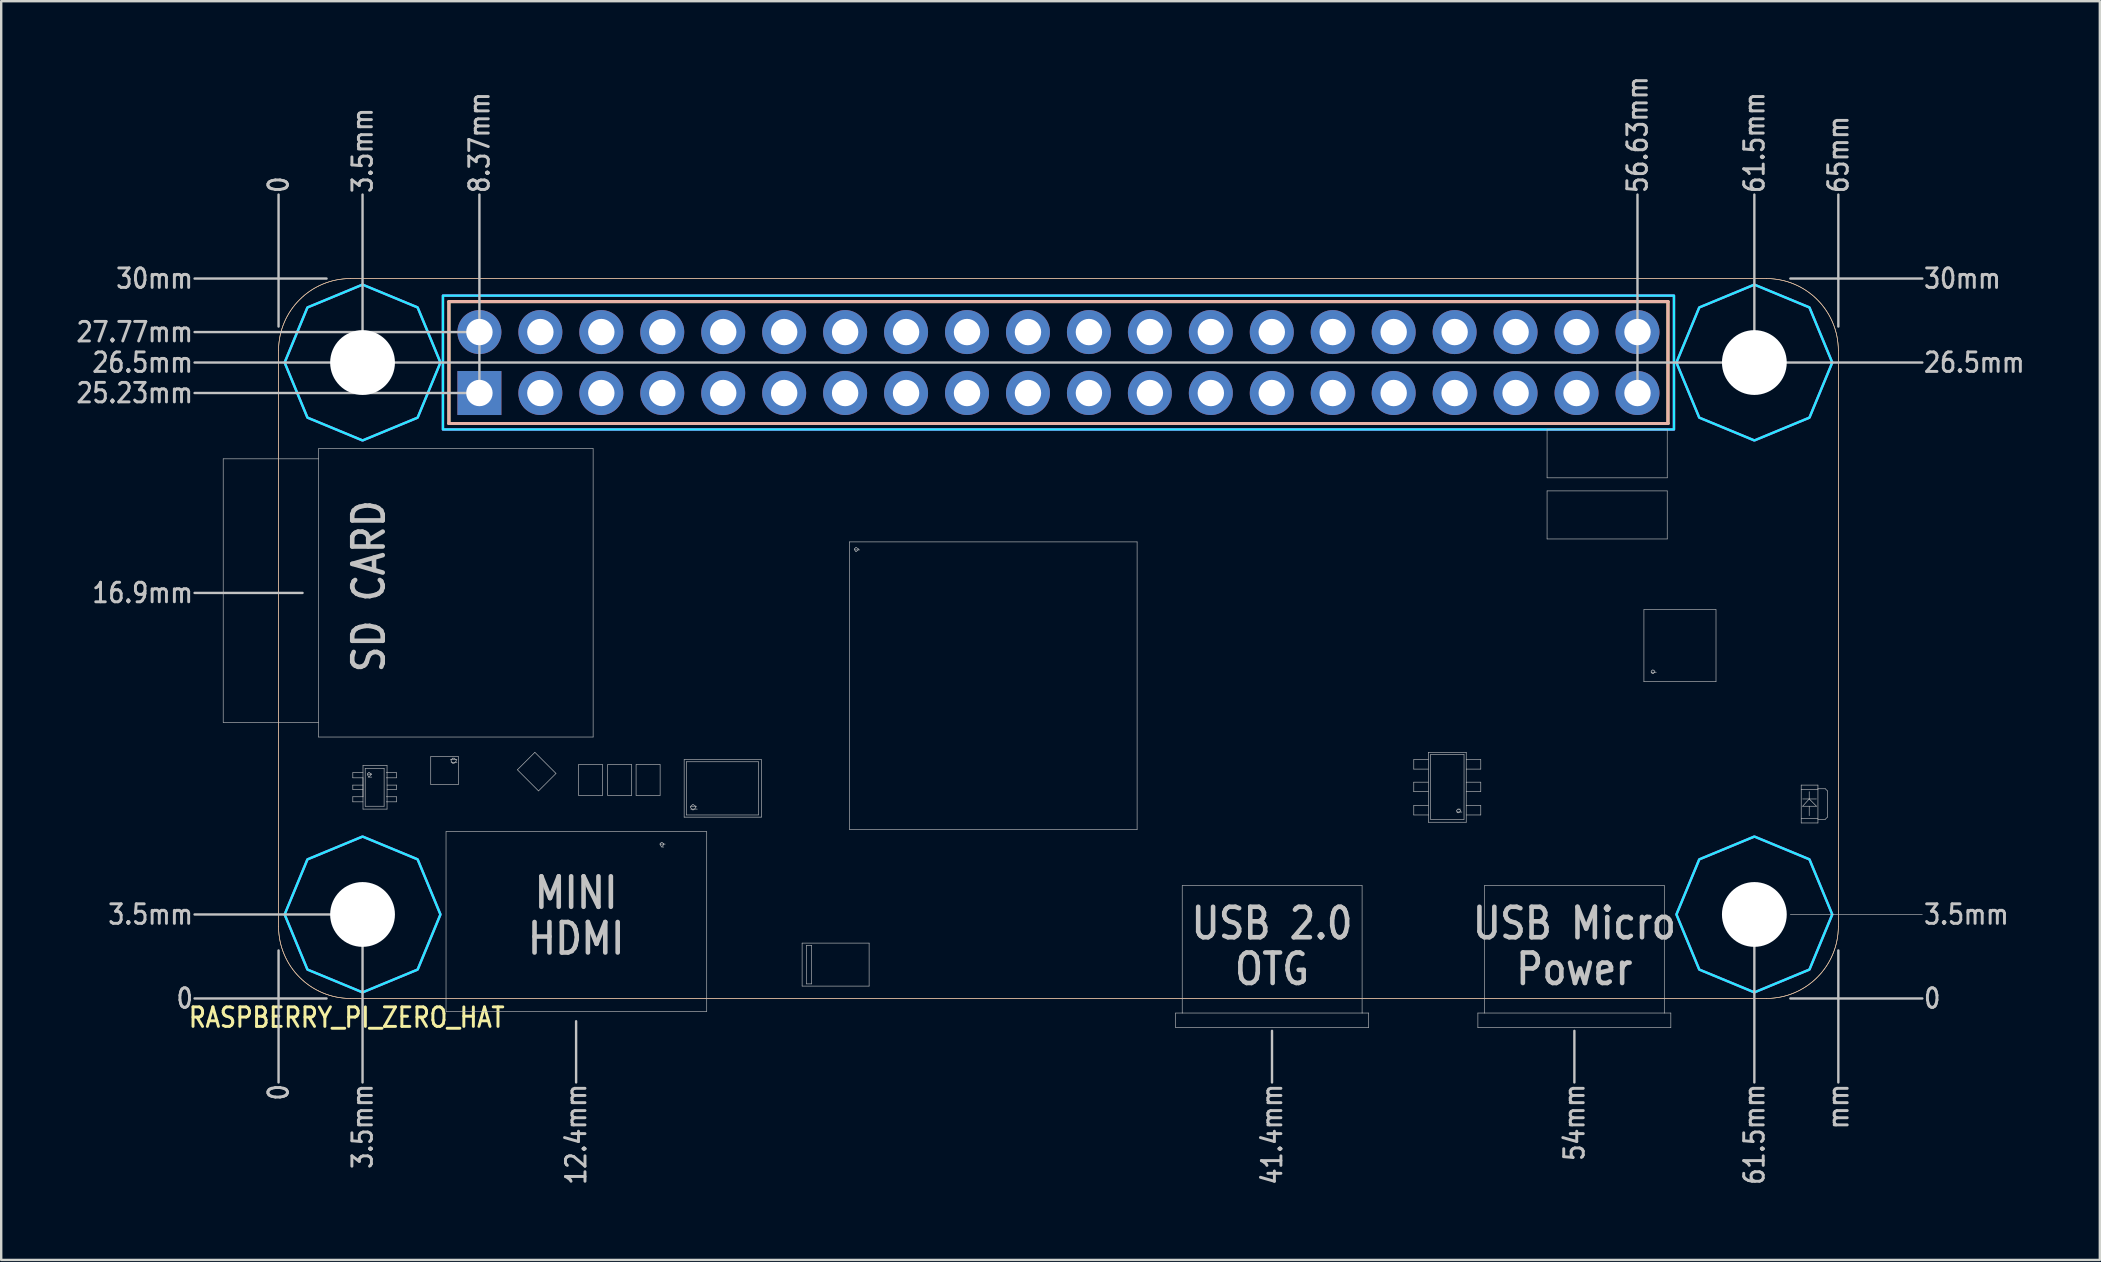
<source format=kicad_pcb>
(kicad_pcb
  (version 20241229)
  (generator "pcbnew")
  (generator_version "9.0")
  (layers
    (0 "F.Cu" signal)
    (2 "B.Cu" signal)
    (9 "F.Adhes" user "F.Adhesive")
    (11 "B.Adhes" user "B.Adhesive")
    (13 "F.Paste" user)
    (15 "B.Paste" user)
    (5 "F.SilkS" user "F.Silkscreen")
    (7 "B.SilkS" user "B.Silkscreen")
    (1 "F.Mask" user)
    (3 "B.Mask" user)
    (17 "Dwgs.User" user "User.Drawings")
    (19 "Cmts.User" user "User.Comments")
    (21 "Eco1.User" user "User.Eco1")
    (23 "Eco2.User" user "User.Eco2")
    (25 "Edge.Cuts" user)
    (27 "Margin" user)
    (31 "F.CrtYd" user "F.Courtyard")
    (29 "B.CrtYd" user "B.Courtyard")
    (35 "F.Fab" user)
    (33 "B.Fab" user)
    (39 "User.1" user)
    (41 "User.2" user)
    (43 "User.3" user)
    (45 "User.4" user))
  (footprint "RASPBERRY_PI_ZERO_HAT"
    (layer "F.Cu")
    (at 8.558 38.558)
    (property "Reference" "RASPBERRY_PI_ZERO_HAT" (at -3.81 1.27 0) (unlocked yes) (layer "F.SilkS") (effects (font (size 0.813 0.695) (thickness 0.122)) (justify left bottom)))
    (fp_circle (center 3.5 -26.5) (end 5.95 -26.5) (stroke (width 0) (type solid)) (fill yes) (layer "F.Mask"))
    (fp_circle (center 3.5 -26.5) (end 5.95 -26.5) (stroke (width 0) (type solid)) (fill yes) (layer "F.Mask"))
    (fp_circle (center 3.5 -3.5) (end 5.95 -3.5) (stroke (width 0) (type solid)) (fill yes) (layer "F.Mask"))
    (fp_circle (center 3.5 -3.5) (end 5.95 -3.5) (stroke (width 0) (type solid)) (fill yes) (layer "F.Mask"))
    (fp_circle (center 61.5 -26.5) (end 63.95 -26.5) (stroke (width 0) (type solid)) (fill yes) (layer "F.Mask"))
    (fp_circle (center 61.5 -26.5) (end 63.95 -26.5) (stroke (width 0) (type solid)) (fill yes) (layer "F.Mask"))
    (fp_circle (center 61.5 -3.5) (end 63.95 -3.5) (stroke (width 0) (type solid)) (fill yes) (layer "F.Mask"))
    (fp_circle (center 61.5 -3.5) (end 63.95 -3.5) (stroke (width 0) (type solid)) (fill yes) (layer "F.Mask"))
    (fp_circle (center 3.5 -26.5) (end 5.95 -26.5) (stroke (width 0) (type solid)) (fill yes) (layer "B.Mask"))
    (fp_circle (center 3.5 -3.5) (end 5.95 -3.5) (stroke (width 0) (type solid)) (fill yes) (layer "B.Mask"))
    (fp_circle (center 61.5 -26.5) (end 63.95 -26.5) (stroke (width 0) (type solid)) (fill yes) (layer "B.Mask"))
    (fp_circle (center 61.5 -3.5) (end 63.95 -3.5) (stroke (width 0) (type solid)) (fill yes) (layer "B.Mask"))
    (fp_line (start 0 -3) (end 0 -27) (stroke (width 0.025) (type solid)) (layer "F.SilkS"))
    (fp_line (start 3 -30) (end 62 -30) (stroke (width 0.025) (type solid)) (layer "F.SilkS"))
    (fp_line (start 7.1 -29.04) (end 7.1 -23.96) (stroke (width 0.127) (type solid)) (layer "F.SilkS"))
    (fp_line (start 7.1 -23.96) (end 57.9 -23.96) (stroke (width 0.127) (type solid)) (layer "F.SilkS"))
    (fp_line (start 57.9 -29.04) (end 7.1 -29.04) (stroke (width 0.127) (type solid)) (layer "F.SilkS"))
    (fp_line (start 57.9 -23.96) (end 57.9 -29.04) (stroke (width 0.127) (type solid)) (layer "F.SilkS"))
    (fp_line (start 62 0) (end 3 0) (stroke (width 0.025) (type solid)) (layer "F.SilkS"))
    (fp_line (start 65 -27) (end 65 -3) (stroke (width 0.025) (type solid)) (layer "F.SilkS"))
    (fp_arc (start 0 -27) (mid 0.87868 -29.12132) (end 3 -30) (stroke (width 0.025) (type solid)) (layer "F.SilkS"))
    (fp_arc (start 3 0) (mid 0.87868 -0.87868) (end 0 -3) (stroke (width 0.025) (type solid)) (layer "F.SilkS"))
    (fp_arc (start 62 -30) (mid 64.12132 -29.12132) (end 65 -27) (stroke (width 0.025) (type solid)) (layer "F.SilkS"))
    (fp_arc (start 65 -3) (mid 64.12132 -0.87868) (end 62 0) (stroke (width 0.025) (type solid)) (layer "F.SilkS"))
    (fp_line (start 0 -3) (end 0 -27) (stroke (width 0.025) (type solid)) (layer "B.SilkS"))
    (fp_line (start 3 -30) (end 62 -30) (stroke (width 0.025) (type solid)) (layer "B.SilkS"))
    (fp_line (start 7.1 -29.04) (end 7.1 -23.96) (stroke (width 0.127) (type solid)) (layer "B.SilkS"))
    (fp_line (start 7.1 -23.96) (end 57.9 -23.96) (stroke (width 0.127) (type solid)) (layer "B.SilkS"))
    (fp_line (start 57.9 -29.04) (end 7.1 -29.04) (stroke (width 0.127) (type solid)) (layer "B.SilkS"))
    (fp_line (start 57.9 -23.96) (end 57.9 -29.04) (stroke (width 0.127) (type solid)) (layer "B.SilkS"))
    (fp_line (start 62 0) (end 3 0) (stroke (width 0.025) (type solid)) (layer "B.SilkS"))
    (fp_line (start 65 -27) (end 65 -3) (stroke (width 0.025) (type solid)) (layer "B.SilkS"))
    (fp_arc (start 0 -27) (mid 0.87868 -29.12132) (end 3 -30) (stroke (width 0.025) (type solid)) (layer "B.SilkS"))
    (fp_arc (start 3 0) (mid 0.87868 -0.87868) (end 0 -3) (stroke (width 0.025) (type solid)) (layer "B.SilkS"))
    (fp_arc (start 62 -30) (mid 64.12132 -29.12132) (end 65 -27) (stroke (width 0.025) (type solid)) (layer "B.SilkS"))
    (fp_arc (start 65 -3) (mid 64.12132 -0.87868) (end 62 0) (stroke (width 0.025) (type solid)) (layer "B.SilkS"))
    (fp_line (start -3.5 -27.77) (end 8.75 -27.77) (stroke (width 0.1) (type solid)) (layer "Dwgs.User"))
    (fp_line (start -3.5 -25.23) (end 8.75 -25.23) (stroke (width 0.1) (type solid)) (layer "Dwgs.User"))
    (fp_line (start -2.307 -22.486) (end 1.668 -22.486) (stroke (width 0.025) (type solid)) (layer "Dwgs.User"))
    (fp_line (start -2.307 -11.501) (end -2.307 -22.486) (stroke (width 0.025) (type solid)) (layer "Dwgs.User"))
    (fp_line (start 0 -28) (end 0 -33.5) (stroke (width 0.1) (type solid)) (layer "Dwgs.User"))
    (fp_line (start 0 -2) (end 0 3.5) (stroke (width 0.1) (type solid)) (layer "Dwgs.User"))
    (fp_line (start 1 -16.9) (end -3.5 -16.9) (stroke (width 0.1) (type solid)) (layer "Dwgs.User"))
    (fp_line (start 1.668 -22.91) (end 13.109 -22.91) (stroke (width 0.025) (type solid)) (layer "Dwgs.User"))
    (fp_line (start 1.668 -11.501) (end -2.307 -11.501) (stroke (width 0.025) (type solid)) (layer "Dwgs.User"))
    (fp_line (start 1.668 -10.894) (end 1.668 -22.91) (stroke (width 0.025) (type solid)) (layer "Dwgs.User"))
    (fp_line (start 2 -30) (end -3.5 -30) (stroke (width 0.1) (type solid)) (layer "Dwgs.User"))
    (fp_line (start 2 0) (end -3.5 0) (stroke (width 0.1) (type solid)) (layer "Dwgs.User"))
    (fp_line (start 3.095 -9.407) (end 3.519 -9.407) (stroke (width 0.025) (type solid)) (layer "Dwgs.User"))
    (fp_line (start 3.095 -9.195) (end 3.095 -9.407) (stroke (width 0.025) (type solid)) (layer "Dwgs.User"))
    (fp_line (start 3.095 -8.891) (end 3.095 -8.709) (stroke (width 0.025) (type solid)) (layer "Dwgs.User"))
    (fp_line (start 3.095 -8.709) (end 3.519 -8.709) (stroke (width 0.025) (type solid)) (layer "Dwgs.User"))
    (fp_line (start 3.095 -8.405) (end 3.519 -8.405) (stroke (width 0.025) (type solid)) (layer "Dwgs.User"))
    (fp_line (start 3.095 -8.193) (end 3.095 -8.405) (stroke (width 0.025) (type solid)) (layer "Dwgs.User"))
    (fp_line (start 3.5 -33.5) (end 3.5 -26.5) (stroke (width 0.1) (type solid)) (layer "Dwgs.User"))
    (fp_line (start 3.5 -26.5) (end -3.5 -26.5) (stroke (width 0.1) (type solid)) (layer "Dwgs.User"))
    (fp_line (start 3.5 -3.5) (end -3.5 -3.5) (stroke (width 0.1) (type solid)) (layer "Dwgs.User"))
    (fp_line (start 3.5 -3.5) (end 3.5 3.5) (stroke (width 0.1) (type solid)) (layer "Dwgs.User"))
    (fp_line (start 3.519 -9.71) (end 3.519 -7.89) (stroke (width 0.025) (type solid)) (layer "Dwgs.User"))
    (fp_line (start 3.519 -9.195) (end 3.095 -9.195) (stroke (width 0.025) (type solid)) (layer "Dwgs.User"))
    (fp_line (start 3.519 -8.891) (end 3.095 -8.891) (stroke (width 0.025) (type solid)) (layer "Dwgs.User"))
    (fp_line (start 3.519 -8.405) (end 3.519 -9.195) (stroke (width 0.025) (type solid)) (layer "Dwgs.User"))
    (fp_line (start 3.519 -8.193) (end 3.095 -8.193) (stroke (width 0.025) (type solid)) (layer "Dwgs.User"))
    (fp_line (start 3.519 -7.89) (end 4.521 -7.89) (stroke (width 0.025) (type solid)) (layer "Dwgs.User"))
    (fp_line (start 3.61 -9.589) (end 3.61 -8.011) (stroke (width 0.025) (type solid)) (layer "Dwgs.User"))
    (fp_line (start 3.61 -8.011) (end 4.399 -8.011) (stroke (width 0.025) (type solid)) (layer "Dwgs.User"))
    (fp_line (start 3.702 -9.362) (end 3.702 -9.323) (stroke (width 0.025) (type solid)) (layer "Dwgs.User"))
    (fp_line (start 3.702 -9.323) (end 3.747 -9.255) (stroke (width 0.025) (type solid)) (layer "Dwgs.User"))
    (fp_line (start 3.747 -9.407) (end 3.702 -9.362) (stroke (width 0.025) (type solid)) (layer "Dwgs.User"))
    (fp_line (start 3.747 -9.255) (end 3.785 -9.255) (stroke (width 0.025) (type solid)) (layer "Dwgs.User"))
    (fp_line (start 3.785 -9.407) (end 3.747 -9.407) (stroke (width 0.025) (type solid)) (layer "Dwgs.User"))
    (fp_line (start 3.785 -9.255) (end 3.853 -9.323) (stroke (width 0.025) (type solid)) (layer "Dwgs.User"))
    (fp_line (start 3.853 -9.362) (end 3.785 -9.407) (stroke (width 0.025) (type solid)) (layer "Dwgs.User"))
    (fp_line (start 3.853 -9.346) (end 3.732 -9.346) (stroke (width 0.025) (type solid)) (layer "Dwgs.User"))
    (fp_line (start 3.853 -9.346) (end 3.853 -9.362) (stroke (width 0.025) (type solid)) (layer "Dwgs.User"))
    (fp_line (start 3.853 -9.323) (end 3.853 -9.346) (stroke (width 0.025) (type solid)) (layer "Dwgs.User"))
    (fp_line (start 3.884 -9.346) (end 3.853 -9.346) (stroke (width 0.025) (type solid)) (layer "Dwgs.User"))
    (fp_line (start 3.884 -9.225) (end 3.732 -9.225) (stroke (width 0.025) (type solid)) (layer "Dwgs.User"))
    (fp_line (start 4.399 -9.589) (end 3.61 -9.589) (stroke (width 0.025) (type solid)) (layer "Dwgs.User"))
    (fp_line (start 4.399 -8.011) (end 4.399 -9.589) (stroke (width 0.025) (type solid)) (layer "Dwgs.User"))
    (fp_line (start 4.49 -9.195) (end 4.915 -9.195) (stroke (width 0.025) (type solid)) (layer "Dwgs.User"))
    (fp_line (start 4.49 -8.193) (end 4.915 -8.193) (stroke (width 0.025) (type solid)) (layer "Dwgs.User"))
    (fp_line (start 4.521 -9.71) (end 3.519 -9.71) (stroke (width 0.025) (type solid)) (layer "Dwgs.User"))
    (fp_line (start 4.521 -8.709) (end 4.915 -8.709) (stroke (width 0.025) (type solid)) (layer "Dwgs.User"))
    (fp_line (start 4.521 -7.89) (end 4.521 -9.71) (stroke (width 0.025) (type solid)) (layer "Dwgs.User"))
    (fp_line (start 4.915 -9.407) (end 4.49 -9.407) (stroke (width 0.025) (type solid)) (layer "Dwgs.User"))
    (fp_line (start 4.915 -9.195) (end 4.915 -9.407) (stroke (width 0.025) (type solid)) (layer "Dwgs.User"))
    (fp_line (start 4.915 -8.891) (end 4.521 -8.891) (stroke (width 0.025) (type solid)) (layer "Dwgs.User"))
    (fp_line (start 4.915 -8.709) (end 4.915 -8.891) (stroke (width 0.025) (type solid)) (layer "Dwgs.User"))
    (fp_line (start 4.915 -8.405) (end 4.49 -8.405) (stroke (width 0.025) (type solid)) (layer "Dwgs.User"))
    (fp_line (start 4.915 -8.193) (end 4.915 -8.405) (stroke (width 0.025) (type solid)) (layer "Dwgs.User"))
    (fp_line (start 6.342 -10.075) (end 7.495 -10.075) (stroke (width 0.025) (type solid)) (layer "Dwgs.User"))
    (fp_line (start 6.342 -8.921) (end 6.342 -10.075) (stroke (width 0.025) (type solid)) (layer "Dwgs.User"))
    (fp_line (start 6.979 -6.949) (end 6.979 0.546) (stroke (width 0.025) (type solid)) (layer "Dwgs.User"))
    (fp_line (start 6.979 0.546) (end 17.843 0.546) (stroke (width 0.025) (type solid)) (layer "Dwgs.User"))
    (fp_line (start 7.191 -9.945) (end 7.191 -9.893) (stroke (width 0.025) (type solid)) (layer "Dwgs.User"))
    (fp_line (start 7.191 -9.893) (end 7.259 -9.801) (stroke (width 0.025) (type solid)) (layer "Dwgs.User"))
    (fp_line (start 7.259 -10.014) (end 7.191 -9.945) (stroke (width 0.025) (type solid)) (layer "Dwgs.User"))
    (fp_line (start 7.259 -9.801) (end 7.312 -9.801) (stroke (width 0.025) (type solid)) (layer "Dwgs.User"))
    (fp_line (start 7.312 -10.014) (end 7.259 -10.014) (stroke (width 0.025) (type solid)) (layer "Dwgs.User"))
    (fp_line (start 7.312 -9.801) (end 7.403 -9.893) (stroke (width 0.025) (type solid)) (layer "Dwgs.User"))
    (fp_line (start 7.403 -9.945) (end 7.312 -10.014) (stroke (width 0.025) (type solid)) (layer "Dwgs.User"))
    (fp_line (start 7.403 -9.893) (end 7.403 -9.945) (stroke (width 0.025) (type solid)) (layer "Dwgs.User"))
    (fp_line (start 7.434 -9.953) (end 7.162 -9.953) (stroke (width 0.025) (type solid)) (layer "Dwgs.User"))
    (fp_line (start 7.434 -9.832) (end 7.191 -9.832) (stroke (width 0.025) (type solid)) (layer "Dwgs.User"))
    (fp_line (start 7.495 -10.075) (end 7.495 -8.921) (stroke (width 0.025) (type solid)) (layer "Dwgs.User"))
    (fp_line (start 7.495 -8.921) (end 6.342 -8.921) (stroke (width 0.025) (type solid)) (layer "Dwgs.User"))
    (fp_line (start 8.37 -25.23) (end 8.37 -33.5) (stroke (width 0.1) (type solid)) (layer "Dwgs.User"))
    (fp_line (start 9.953 -9.528) (end 10.833 -8.649) (stroke (width 0.025) (type solid)) (layer "Dwgs.User"))
    (fp_line (start 10.681 -10.257) (end 9.953 -9.528) (stroke (width 0.025) (type solid)) (layer "Dwgs.User"))
    (fp_line (start 10.833 -8.649) (end 11.561 -9.376) (stroke (width 0.025) (type solid)) (layer "Dwgs.User"))
    (fp_line (start 11.561 -9.376) (end 10.681 -10.257) (stroke (width 0.025) (type solid)) (layer "Dwgs.User"))
    (fp_line (start 12.4 0.95) (end 12.4 3.5) (stroke (width 0.1) (type solid)) (layer "Dwgs.User"))
    (fp_line (start 12.502 -9.741) (end 12.502 -8.467) (stroke (width 0.025) (type solid)) (layer "Dwgs.User"))
    (fp_line (start 12.502 -8.467) (end 13.503 -8.467) (stroke (width 0.025) (type solid)) (layer "Dwgs.User"))
    (fp_line (start 13.109 -22.91) (end 13.109 -10.894) (stroke (width 0.025) (type solid)) (layer "Dwgs.User"))
    (fp_line (start 13.109 -10.894) (end 1.668 -10.894) (stroke (width 0.025) (type solid)) (layer "Dwgs.User"))
    (fp_line (start 13.503 -9.741) (end 12.502 -9.741) (stroke (width 0.025) (type solid)) (layer "Dwgs.User"))
    (fp_line (start 13.503 -8.467) (end 13.503 -9.741) (stroke (width 0.025) (type solid)) (layer "Dwgs.User"))
    (fp_line (start 13.716 -9.741) (end 13.716 -8.467) (stroke (width 0.025) (type solid)) (layer "Dwgs.User"))
    (fp_line (start 13.716 -8.467) (end 14.717 -8.467) (stroke (width 0.025) (type solid)) (layer "Dwgs.User"))
    (fp_line (start 14.717 -9.741) (end 13.716 -9.741) (stroke (width 0.025) (type solid)) (layer "Dwgs.User"))
    (fp_line (start 14.717 -8.467) (end 14.717 -9.741) (stroke (width 0.025) (type solid)) (layer "Dwgs.User"))
    (fp_line (start 14.899 -9.741) (end 14.899 -8.467) (stroke (width 0.025) (type solid)) (layer "Dwgs.User"))
    (fp_line (start 14.899 -8.467) (end 15.901 -8.467) (stroke (width 0.025) (type solid)) (layer "Dwgs.User"))
    (fp_line (start 15.901 -9.741) (end 14.899 -9.741) (stroke (width 0.025) (type solid)) (layer "Dwgs.User"))
    (fp_line (start 15.901 -8.467) (end 15.901 -9.741) (stroke (width 0.025) (type solid)) (layer "Dwgs.User"))
    (fp_line (start 15.901 -6.448) (end 15.901 -6.433) (stroke (width 0.025) (type solid)) (layer "Dwgs.User"))
    (fp_line (start 15.901 -6.433) (end 15.901 -6.41) (stroke (width 0.025) (type solid)) (layer "Dwgs.User"))
    (fp_line (start 15.901 -6.41) (end 15.945 -6.342) (stroke (width 0.025) (type solid)) (layer "Dwgs.User"))
    (fp_line (start 15.945 -6.494) (end 15.901 -6.448) (stroke (width 0.025) (type solid)) (layer "Dwgs.User"))
    (fp_line (start 15.945 -6.342) (end 15.984 -6.342) (stroke (width 0.025) (type solid)) (layer "Dwgs.User"))
    (fp_line (start 15.984 -6.494) (end 15.945 -6.494) (stroke (width 0.025) (type solid)) (layer "Dwgs.User"))
    (fp_line (start 15.984 -6.342) (end 16.053 -6.41) (stroke (width 0.025) (type solid)) (layer "Dwgs.User"))
    (fp_line (start 16.053 -6.448) (end 15.984 -6.494) (stroke (width 0.025) (type solid)) (layer "Dwgs.User"))
    (fp_line (start 16.053 -6.433) (end 15.901 -6.433) (stroke (width 0.025) (type solid)) (layer "Dwgs.User"))
    (fp_line (start 16.053 -6.433) (end 16.053 -6.448) (stroke (width 0.025) (type solid)) (layer "Dwgs.User"))
    (fp_line (start 16.053 -6.41) (end 16.053 -6.433) (stroke (width 0.025) (type solid)) (layer "Dwgs.User"))
    (fp_line (start 16.053 -6.311) (end 15.961 -6.311) (stroke (width 0.025) (type solid)) (layer "Dwgs.User"))
    (fp_line (start 16.113 -6.433) (end 16.053 -6.433) (stroke (width 0.025) (type solid)) (layer "Dwgs.User"))
    (fp_line (start 16.902 -9.953) (end 20.119 -9.953) (stroke (width 0.025) (type solid)) (layer "Dwgs.User"))
    (fp_line (start 16.902 -7.556) (end 16.902 -9.953) (stroke (width 0.025) (type solid)) (layer "Dwgs.User"))
    (fp_line (start 16.993 -9.862) (end 16.993 -7.647) (stroke (width 0.025) (type solid)) (layer "Dwgs.User"))
    (fp_line (start 16.993 -7.647) (end 19.997 -7.647) (stroke (width 0.025) (type solid)) (layer "Dwgs.User"))
    (fp_line (start 17.175 -8.003) (end 17.175 -7.951) (stroke (width 0.025) (type solid)) (layer "Dwgs.User"))
    (fp_line (start 17.175 -7.951) (end 17.243 -7.859) (stroke (width 0.025) (type solid)) (layer "Dwgs.User"))
    (fp_line (start 17.243 -8.071) (end 17.175 -8.003) (stroke (width 0.025) (type solid)) (layer "Dwgs.User"))
    (fp_line (start 17.243 -7.859) (end 17.295 -7.859) (stroke (width 0.025) (type solid)) (layer "Dwgs.User"))
    (fp_line (start 17.295 -8.071) (end 17.243 -8.071) (stroke (width 0.025) (type solid)) (layer "Dwgs.User"))
    (fp_line (start 17.295 -7.859) (end 17.387 -7.951) (stroke (width 0.025) (type solid)) (layer "Dwgs.User"))
    (fp_line (start 17.387 -8.003) (end 17.295 -8.071) (stroke (width 0.025) (type solid)) (layer "Dwgs.User"))
    (fp_line (start 17.387 -7.951) (end 17.387 -8.003) (stroke (width 0.025) (type solid)) (layer "Dwgs.User"))
    (fp_line (start 17.418 -8.011) (end 17.175 -8.011) (stroke (width 0.025) (type solid)) (layer "Dwgs.User"))
    (fp_line (start 17.449 -7.89) (end 17.175 -7.89) (stroke (width 0.025) (type solid)) (layer "Dwgs.User"))
    (fp_line (start 17.843 -6.949) (end 6.979 -6.949) (stroke (width 0.025) (type solid)) (layer "Dwgs.User"))
    (fp_line (start 17.843 0.546) (end 17.843 -6.949) (stroke (width 0.025) (type solid)) (layer "Dwgs.User"))
    (fp_line (start 19.997 -9.862) (end 16.993 -9.862) (stroke (width 0.025) (type solid)) (layer "Dwgs.User"))
    (fp_line (start 19.997 -7.647) (end 19.997 -9.862) (stroke (width 0.025) (type solid)) (layer "Dwgs.User"))
    (fp_line (start 20.119 -9.953) (end 20.119 -7.556) (stroke (width 0.025) (type solid)) (layer "Dwgs.User"))
    (fp_line (start 20.119 -7.556) (end 16.902 -7.556) (stroke (width 0.025) (type solid)) (layer "Dwgs.User"))
    (fp_line (start 21.818 -2.306) (end 21.818 -0.516) (stroke (width 0.025) (type solid)) (layer "Dwgs.User"))
    (fp_line (start 21.818 -0.516) (end 24.61 -0.516) (stroke (width 0.025) (type solid)) (layer "Dwgs.User"))
    (fp_line (start 22.001 -2.215) (end 22.213 -2.215) (stroke (width 0.025) (type solid)) (layer "Dwgs.User"))
    (fp_line (start 22.001 -0.607) (end 22.001 -2.215) (stroke (width 0.025) (type solid)) (layer "Dwgs.User"))
    (fp_line (start 22.213 -2.215) (end 22.213 -0.607) (stroke (width 0.025) (type solid)) (layer "Dwgs.User"))
    (fp_line (start 22.213 -0.607) (end 22.001 -0.607) (stroke (width 0.025) (type solid)) (layer "Dwgs.User"))
    (fp_line (start 23.79 -19.026) (end 35.778 -19.026) (stroke (width 0.025) (type solid)) (layer "Dwgs.User"))
    (fp_line (start 23.79 -7.04) (end 23.79 -19.026) (stroke (width 0.025) (type solid)) (layer "Dwgs.User"))
    (fp_line (start 24.003 -18.739) (end 24.003 -18.7) (stroke (width 0.025) (type solid)) (layer "Dwgs.User"))
    (fp_line (start 24.003 -18.7) (end 24.048 -18.632) (stroke (width 0.025) (type solid)) (layer "Dwgs.User"))
    (fp_line (start 24.048 -18.783) (end 24.003 -18.739) (stroke (width 0.025) (type solid)) (layer "Dwgs.User"))
    (fp_line (start 24.048 -18.632) (end 24.087 -18.632) (stroke (width 0.025) (type solid)) (layer "Dwgs.User"))
    (fp_line (start 24.087 -18.783) (end 24.048 -18.783) (stroke (width 0.025) (type solid)) (layer "Dwgs.User"))
    (fp_line (start 24.087 -18.632) (end 24.155 -18.7) (stroke (width 0.025) (type solid)) (layer "Dwgs.User"))
    (fp_line (start 24.155 -18.739) (end 24.087 -18.783) (stroke (width 0.025) (type solid)) (layer "Dwgs.User"))
    (fp_line (start 24.155 -18.7) (end 24.155 -18.739) (stroke (width 0.025) (type solid)) (layer "Dwgs.User"))
    (fp_line (start 24.215 -18.692) (end 24.003 -18.692) (stroke (width 0.025) (type solid)) (layer "Dwgs.User"))
    (fp_line (start 24.61 -2.306) (end 21.818 -2.306) (stroke (width 0.025) (type solid)) (layer "Dwgs.User"))
    (fp_line (start 24.61 -0.516) (end 24.61 -2.306) (stroke (width 0.025) (type solid)) (layer "Dwgs.User"))
    (fp_line (start 35.778 -19.026) (end 35.778 -7.04) (stroke (width 0.025) (type solid)) (layer "Dwgs.User"))
    (fp_line (start 35.778 -7.04) (end 23.79 -7.04) (stroke (width 0.025) (type solid)) (layer "Dwgs.User"))
    (fp_line (start 37.386 0.607) (end 37.658 0.607) (stroke (width 0.025) (type solid)) (layer "Dwgs.User"))
    (fp_line (start 37.386 1.214) (end 37.386 0.607) (stroke (width 0.025) (type solid)) (layer "Dwgs.User"))
    (fp_line (start 37.658 -4.703) (end 45.154 -4.703) (stroke (width 0.025) (type solid)) (layer "Dwgs.User"))
    (fp_line (start 37.658 0.607) (end 37.658 -4.703) (stroke (width 0.025) (type solid)) (layer "Dwgs.User"))
    (fp_line (start 41.4 1.35) (end 41.4 3.5) (stroke (width 0.1) (type solid)) (layer "Dwgs.User"))
    (fp_line (start 45.154 -4.703) (end 45.154 0.607) (stroke (width 0.025) (type solid)) (layer "Dwgs.User"))
    (fp_line (start 45.154 0.607) (end 37.658 0.607) (stroke (width 0.025) (type solid)) (layer "Dwgs.User"))
    (fp_line (start 45.427 0.607) (end 45.154 0.607) (stroke (width 0.025) (type solid)) (layer "Dwgs.User"))
    (fp_line (start 45.427 0.607) (end 45.427 1.214) (stroke (width 0.025) (type solid)) (layer "Dwgs.User"))
    (fp_line (start 45.427 1.214) (end 37.386 1.214) (stroke (width 0.025) (type solid)) (layer "Dwgs.User"))
    (fp_line (start 47.308 -9.953) (end 47.308 -9.558) (stroke (width 0.025) (type solid)) (layer "Dwgs.User"))
    (fp_line (start 47.308 -9.558) (end 47.916 -9.558) (stroke (width 0.025) (type solid)) (layer "Dwgs.User"))
    (fp_line (start 47.308 -9.012) (end 47.308 -8.618) (stroke (width 0.025) (type solid)) (layer "Dwgs.User"))
    (fp_line (start 47.308 -8.618) (end 47.916 -8.618) (stroke (width 0.025) (type solid)) (layer "Dwgs.User"))
    (fp_line (start 47.308 -8.041) (end 47.308 -7.647) (stroke (width 0.025) (type solid)) (layer "Dwgs.User"))
    (fp_line (start 47.308 -7.647) (end 47.916 -7.647) (stroke (width 0.025) (type solid)) (layer "Dwgs.User"))
    (fp_line (start 47.916 -10.257) (end 49.493 -10.257) (stroke (width 0.025) (type solid)) (layer "Dwgs.User"))
    (fp_line (start 47.916 -9.953) (end 47.308 -9.953) (stroke (width 0.025) (type solid)) (layer "Dwgs.User"))
    (fp_line (start 47.916 -9.012) (end 47.308 -9.012) (stroke (width 0.025) (type solid)) (layer "Dwgs.User"))
    (fp_line (start 47.916 -8.041) (end 47.308 -8.041) (stroke (width 0.025) (type solid)) (layer "Dwgs.User"))
    (fp_line (start 47.916 -7.647) (end 47.916 -10.257) (stroke (width 0.025) (type solid)) (layer "Dwgs.User"))
    (fp_line (start 47.916 -7.343) (end 47.916 -7.647) (stroke (width 0.025) (type solid)) (layer "Dwgs.User"))
    (fp_line (start 48.007 -10.166) (end 49.402 -10.166) (stroke (width 0.025) (type solid)) (layer "Dwgs.User"))
    (fp_line (start 48.007 -7.465) (end 48.007 -10.166) (stroke (width 0.025) (type solid)) (layer "Dwgs.User"))
    (fp_line (start 49.099 -7.844) (end 49.099 -7.806) (stroke (width 0.025) (type solid)) (layer "Dwgs.User"))
    (fp_line (start 49.099 -7.806) (end 49.144 -7.738) (stroke (width 0.025) (type solid)) (layer "Dwgs.User"))
    (fp_line (start 49.144 -7.89) (end 49.099 -7.844) (stroke (width 0.025) (type solid)) (layer "Dwgs.User"))
    (fp_line (start 49.144 -7.738) (end 49.182 -7.738) (stroke (width 0.025) (type solid)) (layer "Dwgs.User"))
    (fp_line (start 49.182 -7.89) (end 49.144 -7.89) (stroke (width 0.025) (type solid)) (layer "Dwgs.User"))
    (fp_line (start 49.182 -7.738) (end 49.25 -7.806) (stroke (width 0.025) (type solid)) (layer "Dwgs.User"))
    (fp_line (start 49.25 -7.89) (end 49.182 -7.89) (stroke (width 0.025) (type solid)) (layer "Dwgs.User"))
    (fp_line (start 49.25 -7.844) (end 49.182 -7.89) (stroke (width 0.025) (type solid)) (layer "Dwgs.User"))
    (fp_line (start 49.25 -7.806) (end 49.25 -7.844) (stroke (width 0.025) (type solid)) (layer "Dwgs.User"))
    (fp_line (start 49.312 -7.768) (end 49.099 -7.768) (stroke (width 0.025) (type solid)) (layer "Dwgs.User"))
    (fp_line (start 49.402 -10.166) (end 49.402 -7.465) (stroke (width 0.025) (type solid)) (layer "Dwgs.User"))
    (fp_line (start 49.402 -7.465) (end 48.007 -7.465) (stroke (width 0.025) (type solid)) (layer "Dwgs.User"))
    (fp_line (start 49.493 -10.257) (end 49.493 -9.953) (stroke (width 0.025) (type solid)) (layer "Dwgs.User"))
    (fp_line (start 49.493 -9.953) (end 49.493 -9.558) (stroke (width 0.025) (type solid)) (layer "Dwgs.User"))
    (fp_line (start 49.493 -9.953) (end 50.1 -9.953) (stroke (width 0.025) (type solid)) (layer "Dwgs.User"))
    (fp_line (start 49.493 -9.558) (end 49.493 -9.012) (stroke (width 0.025) (type solid)) (layer "Dwgs.User"))
    (fp_line (start 49.493 -9.012) (end 49.493 -8.618) (stroke (width 0.025) (type solid)) (layer "Dwgs.User"))
    (fp_line (start 49.493 -9.012) (end 50.1 -9.012) (stroke (width 0.025) (type solid)) (layer "Dwgs.User"))
    (fp_line (start 49.493 -8.618) (end 49.493 -8.041) (stroke (width 0.025) (type solid)) (layer "Dwgs.User"))
    (fp_line (start 49.493 -8.041) (end 49.493 -7.343) (stroke (width 0.025) (type solid)) (layer "Dwgs.User"))
    (fp_line (start 49.493 -8.041) (end 50.1 -8.041) (stroke (width 0.025) (type solid)) (layer "Dwgs.User"))
    (fp_line (start 49.493 -7.343) (end 47.916 -7.343) (stroke (width 0.025) (type solid)) (layer "Dwgs.User"))
    (fp_line (start 49.979 0.607) (end 50.252 0.607) (stroke (width 0.025) (type solid)) (layer "Dwgs.User"))
    (fp_line (start 49.979 1.214) (end 49.979 0.607) (stroke (width 0.025) (type solid)) (layer "Dwgs.User"))
    (fp_line (start 50.1 -9.953) (end 50.1 -9.558) (stroke (width 0.025) (type solid)) (layer "Dwgs.User"))
    (fp_line (start 50.1 -9.558) (end 49.493 -9.558) (stroke (width 0.025) (type solid)) (layer "Dwgs.User"))
    (fp_line (start 50.1 -9.012) (end 50.1 -8.618) (stroke (width 0.025) (type solid)) (layer "Dwgs.User"))
    (fp_line (start 50.1 -8.618) (end 49.493 -8.618) (stroke (width 0.025) (type solid)) (layer "Dwgs.User"))
    (fp_line (start 50.1 -8.041) (end 50.1 -7.647) (stroke (width 0.025) (type solid)) (layer "Dwgs.User"))
    (fp_line (start 50.1 -7.647) (end 49.493 -7.647) (stroke (width 0.025) (type solid)) (layer "Dwgs.User"))
    (fp_line (start 50.252 -4.703) (end 57.747 -4.703) (stroke (width 0.025) (type solid)) (layer "Dwgs.User"))
    (fp_line (start 50.252 0.607) (end 50.252 -4.703) (stroke (width 0.025) (type solid)) (layer "Dwgs.User"))
    (fp_line (start 52.862 -23.7) (end 57.869 -23.7) (stroke (width 0.025) (type solid)) (layer "Dwgs.User"))
    (fp_line (start 52.862 -21.696) (end 52.862 -23.7) (stroke (width 0.025) (type solid)) (layer "Dwgs.User"))
    (fp_line (start 52.862 -21.15) (end 57.869 -21.15) (stroke (width 0.025) (type solid)) (layer "Dwgs.User"))
    (fp_line (start 52.862 -19.148) (end 52.862 -21.15) (stroke (width 0.025) (type solid)) (layer "Dwgs.User"))
    (fp_line (start 54 1.35) (end 54 3.5) (stroke (width 0.1) (type solid)) (layer "Dwgs.User"))
    (fp_line (start 56.63 -33.5) (end 56.63 -25.23) (stroke (width 0.1) (type solid)) (layer "Dwgs.User"))
    (fp_line (start 56.898 -16.204) (end 56.898 -13.2) (stroke (width 0.025) (type solid)) (layer "Dwgs.User"))
    (fp_line (start 56.898 -13.2) (end 59.902 -13.2) (stroke (width 0.025) (type solid)) (layer "Dwgs.User"))
    (fp_line (start 57.201 -13.641) (end 57.201 -13.602) (stroke (width 0.025) (type solid)) (layer "Dwgs.User"))
    (fp_line (start 57.201 -13.602) (end 57.246 -13.534) (stroke (width 0.025) (type solid)) (layer "Dwgs.User"))
    (fp_line (start 57.246 -13.685) (end 57.201 -13.641) (stroke (width 0.025) (type solid)) (layer "Dwgs.User"))
    (fp_line (start 57.246 -13.534) (end 57.284 -13.534) (stroke (width 0.025) (type solid)) (layer "Dwgs.User"))
    (fp_line (start 57.284 -13.685) (end 57.246 -13.685) (stroke (width 0.025) (type solid)) (layer "Dwgs.User"))
    (fp_line (start 57.284 -13.534) (end 57.352 -13.602) (stroke (width 0.025) (type solid)) (layer "Dwgs.User"))
    (fp_line (start 57.352 -13.641) (end 57.284 -13.685) (stroke (width 0.025) (type solid)) (layer "Dwgs.User"))
    (fp_line (start 57.352 -13.602) (end 57.352 -13.641) (stroke (width 0.025) (type solid)) (layer "Dwgs.User"))
    (fp_line (start 57.414 -13.594) (end 57.201 -13.594) (stroke (width 0.025) (type solid)) (layer "Dwgs.User"))
    (fp_line (start 57.747 -4.703) (end 57.747 0.607) (stroke (width 0.025) (type solid)) (layer "Dwgs.User"))
    (fp_line (start 57.747 0.607) (end 50.252 0.607) (stroke (width 0.025) (type solid)) (layer "Dwgs.User"))
    (fp_line (start 57.869 -23.7) (end 57.869 -21.696) (stroke (width 0.025) (type solid)) (layer "Dwgs.User"))
    (fp_line (start 57.869 -21.696) (end 52.862 -21.696) (stroke (width 0.025) (type solid)) (layer "Dwgs.User"))
    (fp_line (start 57.869 -21.15) (end 57.869 -19.148) (stroke (width 0.025) (type solid)) (layer "Dwgs.User"))
    (fp_line (start 57.869 -19.148) (end 52.862 -19.148) (stroke (width 0.025) (type solid)) (layer "Dwgs.User"))
    (fp_line (start 58.02 0.607) (end 57.747 0.607) (stroke (width 0.025) (type solid)) (layer "Dwgs.User"))
    (fp_line (start 58.02 0.607) (end 58.02 1.214) (stroke (width 0.025) (type solid)) (layer "Dwgs.User"))
    (fp_line (start 58.02 1.214) (end 49.979 1.214) (stroke (width 0.025) (type solid)) (layer "Dwgs.User"))
    (fp_line (start 59.902 -16.204) (end 56.898 -16.204) (stroke (width 0.025) (type solid)) (layer "Dwgs.User"))
    (fp_line (start 59.902 -13.2) (end 59.902 -16.204) (stroke (width 0.025) (type solid)) (layer "Dwgs.User"))
    (fp_line (start 61.5 -26.5) (end 3.5 -26.5) (stroke (width 0.1) (type solid)) (layer "Dwgs.User"))
    (fp_line (start 61.5 -26.5) (end 61.5 -33.5) (stroke (width 0.1) (type solid)) (layer "Dwgs.User"))
    (fp_line (start 61.5 -3.5) (end 61.5 3.5) (stroke (width 0.1) (type solid)) (layer "Dwgs.User"))
    (fp_line (start 63 -30) (end 68.5 -30) (stroke (width 0.1) (type solid)) (layer "Dwgs.User"))
    (fp_line (start 63 -3.5) (end 68.5 -3.5) (stroke (width 0.025) (type solid)) (layer "Dwgs.User"))
    (fp_line (start 63 0) (end 68.5 0) (stroke (width 0.1) (type solid)) (layer "Dwgs.User"))
    (fp_line (start 63.452 -8.891) (end 63.452 -8.709) (stroke (width 0.025) (type solid)) (layer "Dwgs.User"))
    (fp_line (start 63.452 -8.709) (end 63.452 -7.313) (stroke (width 0.025) (type solid)) (layer "Dwgs.User"))
    (fp_line (start 63.452 -7.313) (end 64.15 -7.313) (stroke (width 0.025) (type solid)) (layer "Dwgs.User"))
    (fp_line (start 63.513 -8.314) (end 63.786 -8.314) (stroke (width 0.025) (type solid)) (layer "Dwgs.User"))
    (fp_line (start 63.513 -8.011) (end 63.786 -8.314) (stroke (width 0.025) (type solid)) (layer "Dwgs.User"))
    (fp_line (start 63.786 -8.618) (end 63.786 -8.314) (stroke (width 0.025) (type solid)) (layer "Dwgs.User"))
    (fp_line (start 63.786 -8.314) (end 64.089 -8.314) (stroke (width 0.025) (type solid)) (layer "Dwgs.User"))
    (fp_line (start 63.786 -8.314) (end 64.089 -8.011) (stroke (width 0.025) (type solid)) (layer "Dwgs.User"))
    (fp_line (start 63.786 -7.616) (end 63.786 -8.011) (stroke (width 0.025) (type solid)) (layer "Dwgs.User"))
    (fp_line (start 64.089 -8.011) (end 63.513 -8.011) (stroke (width 0.025) (type solid)) (layer "Dwgs.User"))
    (fp_line (start 64.15 -8.891) (end 63.452 -8.891) (stroke (width 0.025) (type solid)) (layer "Dwgs.User"))
    (fp_line (start 64.15 -8.739) (end 64.15 -8.891) (stroke (width 0.025) (type solid)) (layer "Dwgs.User"))
    (fp_line (start 64.15 -8.739) (end 64.454 -8.739) (stroke (width 0.025) (type solid)) (layer "Dwgs.User"))
    (fp_line (start 64.15 -8.709) (end 63.452 -8.709) (stroke (width 0.025) (type solid)) (layer "Dwgs.User"))
    (fp_line (start 64.15 -8.709) (end 64.15 -8.739) (stroke (width 0.025) (type solid)) (layer "Dwgs.User"))
    (fp_line (start 64.15 -7.495) (end 63.452 -7.495) (stroke (width 0.025) (type solid)) (layer "Dwgs.User"))
    (fp_line (start 64.15 -7.313) (end 64.15 -8.709) (stroke (width 0.025) (type solid)) (layer "Dwgs.User"))
    (fp_line (start 64.454 -8.739) (end 64.545 -8.649) (stroke (width 0.025) (type solid)) (layer "Dwgs.User"))
    (fp_line (start 64.454 -7.465) (end 64.15 -7.465) (stroke (width 0.025) (type solid)) (layer "Dwgs.User"))
    (fp_line (start 64.545 -8.649) (end 64.545 -7.556) (stroke (width 0.025) (type solid)) (layer "Dwgs.User"))
    (fp_line (start 64.545 -7.556) (end 64.454 -7.465) (stroke (width 0.025) (type solid)) (layer "Dwgs.User"))
    (fp_line (start 65 -28) (end 65 -33.5) (stroke (width 0.1) (type solid)) (layer "Dwgs.User"))
    (fp_line (start 65 -2) (end 65 3.5) (stroke (width 0.1) (type solid)) (layer "Dwgs.User"))
    (fp_line (start 68.5 -26.5) (end 61.5 -26.5) (stroke (width 0.1) (type solid)) (layer "Dwgs.User"))
    (fp_poly (pts (xy 6.85 -29.29) (xy 58.15 -29.29) (xy 58.15 -23.71) (xy 6.85 -23.71)) (stroke (width 0.1) (type solid)) (fill no) (layer "B.CrtYd"))
    (fp_poly (pts (xy 6.747 -26.5) (xy 5.796 -28.796) (xy 3.5 -29.747) (xy 1.204 -28.796) (xy 0.253 -26.5) (xy 1.204 -24.204) (xy 3.5 -23.253) (xy 5.796 -24.204)) (stroke (width 0.1) (type solid)) (fill no) (layer "B.CrtYd"))
    (fp_poly (pts (xy 6.747 -3.5) (xy 5.796 -5.796) (xy 3.5 -6.747) (xy 1.204 -5.796) (xy 0.253 -3.5) (xy 1.204 -1.204) (xy 3.5 -0.253) (xy 5.796 -1.204)) (stroke (width 0.1) (type solid)) (fill no) (layer "B.CrtYd"))
    (fp_poly (pts (xy 64.747 -26.5) (xy 63.796 -28.796) (xy 61.5 -29.747) (xy 59.204 -28.796) (xy 58.253 -26.5) (xy 59.204 -24.204) (xy 61.5 -23.253) (xy 63.796 -24.204)) (stroke (width 0.1) (type solid)) (fill no) (layer "B.CrtYd"))
    (fp_poly (pts (xy 64.747 -3.5) (xy 63.796 -5.796) (xy 61.5 -6.747) (xy 59.204 -5.796) (xy 58.253 -3.5) (xy 59.204 -1.204) (xy 61.5 -0.253) (xy 63.796 -1.204)) (stroke (width 0.1) (type solid)) (fill no) (layer "B.CrtYd"))
    (fp_poly (pts (xy 6.85 -29.29) (xy 58.15 -29.29) (xy 58.15 -23.71) (xy 6.85 -23.71)) (stroke (width 0.1) (type solid)) (fill no) (layer "F.CrtYd"))
    (fp_poly (pts (xy 6.747 -26.5) (xy 5.796 -28.796) (xy 3.5 -29.747) (xy 1.204 -28.796) (xy 0.253 -26.5) (xy 1.204 -24.204) (xy 3.5 -23.253) (xy 5.796 -24.204)) (stroke (width 0.1) (type solid)) (fill no) (layer "F.CrtYd"))
    (fp_poly (pts (xy 6.747 -3.5) (xy 5.796 -5.796) (xy 3.5 -6.747) (xy 1.204 -5.796) (xy 0.253 -3.5) (xy 1.204 -1.204) (xy 3.5 -0.253) (xy 5.796 -1.204)) (stroke (width 0.1) (type solid)) (fill no) (layer "F.CrtYd"))
    (fp_poly (pts (xy 64.747 -26.5) (xy 63.796 -28.796) (xy 61.5 -29.747) (xy 59.204 -28.796) (xy 58.253 -26.5) (xy 59.204 -24.204) (xy 61.5 -23.253) (xy 63.796 -24.204)) (stroke (width 0.1) (type solid)) (fill no) (layer "F.CrtYd"))
    (fp_poly (pts (xy 64.747 -3.5) (xy 63.796 -5.796) (xy 61.5 -6.747) (xy 59.204 -5.796) (xy 58.253 -3.5) (xy 59.204 -1.204) (xy 61.5 -0.253) (xy 63.796 -1.204)) (stroke (width 0.1) (type solid)) (fill no) (layer "F.CrtYd"))
    (fp_text user "0" (at 68.5 0 0) (unlocked yes) (layer "Dwgs.User") (effects (font (size 0.813 0.695) (thickness 0.122)) (justify left)))
    (fp_text user "HDMI" (at 12.4 -1.75 0) (unlocked yes) (layer "Dwgs.User") (effects (font (size 1.27 1.086) (thickness 0.191)) (justify bottom)))
    (fp_text user "26.5mm" (at -3.5 -26.5 0) (unlocked yes) (layer "Dwgs.User") (effects (font (size 0.813 0.695) (thickness 0.122)) (justify right)))
    (fp_text user "Power" (at 54 -0.48 0) (unlocked yes) (layer "Dwgs.User") (effects (font (size 1.27 1.086) (thickness 0.191)) (justify bottom)))
    (fp_text user "0" (at 0 3.5 90) (unlocked yes) (layer "Dwgs.User") (effects (font (size 0.813 0.695) (thickness 0.122)) (justify right)))
    (fp_text user "27.77mm" (at -3.5 -27.77 0) (unlocked yes) (layer "Dwgs.User") (effects (font (size 0.813 0.695) (thickness 0.122)) (justify right)))
    (fp_text user "3.5mm" (at 3.5 3.5 90) (unlocked yes) (layer "Dwgs.User") (effects (font (size 0.813 0.695) (thickness 0.122)) (justify right)))
    (fp_text user "26.5mm" (at 68.5 -26.5 0) (unlocked yes) (layer "Dwgs.User") (effects (font (size 0.813 0.695) (thickness 0.122)) (justify left)))
    (fp_text user "USB 2.0" (at 41.4 -2.385 0) (unlocked yes) (layer "Dwgs.User") (effects (font (size 1.27 1.086) (thickness 0.191)) (justify bottom)))
    (fp_text user "16.9mm" (at -3.5 -16.9 0) (unlocked yes) (layer "Dwgs.User") (effects (font (size 0.813 0.695) (thickness 0.122)) (justify right)))
    (fp_text user "3.5mm" (at -3.5 -3.5 0) (unlocked yes) (layer "Dwgs.User") (effects (font (size 0.813 0.695) (thickness 0.122)) (justify right)))
    (fp_text user "mm" (at 65 3.5 90) (unlocked yes) (layer "Dwgs.User") (effects (font (size 0.813 0.695) (thickness 0.122)) (justify right)))
    (fp_text user "3.5mm" (at 68.5 -3.5 0) (unlocked yes) (layer "Dwgs.User") (effects (font (size 0.813 0.695) (thickness 0.122)) (justify left)))
    (fp_text user "0" (at 0 -33.5 90) (unlocked yes) (layer "Dwgs.User") (effects (font (size 0.813 0.695) (thickness 0.122)) (justify left)))
    (fp_text user "OTG" (at 41.4 -0.48 0) (unlocked yes) (layer "Dwgs.User") (effects (font (size 1.27 1.086) (thickness 0.191)) (justify bottom)))
    (fp_text user "0" (at -3.5 0 0) (unlocked yes) (layer "Dwgs.User") (effects (font (size 0.813 0.695) (thickness 0.122)) (justify right)))
    (fp_text user "SD CARD" (at 3.02 -17.18 90) (unlocked yes) (layer "Dwgs.User") (effects (font (size 1.27 1.086) (thickness 0.191)) (justify top)))
    (fp_text user "3.5mm" (at 3.5 -33.5 90) (unlocked yes) (layer "Dwgs.User") (effects (font (size 0.813 0.695) (thickness 0.122)) (justify left)))
    (fp_text user "61.5mm" (at 61.5 -33.5 90) (unlocked yes) (layer "Dwgs.User") (effects (font (size 0.813 0.695) (thickness 0.122)) (justify left)))
    (fp_text user "MINI" (at 12.4 -3.655 0) (unlocked yes) (layer "Dwgs.User") (effects (font (size 1.27 1.086) (thickness 0.191)) (justify bottom)))
    (fp_text user "30mm" (at 68.5 -30 0) (unlocked yes) (layer "Dwgs.User") (effects (font (size 0.813 0.695) (thickness 0.122)) (justify left)))
    (fp_text user "12.4mm" (at 12.4 3.5 90) (unlocked yes) (layer "Dwgs.User") (effects (font (size 0.813 0.695) (thickness 0.122)) (justify right)))
    (fp_text user "54mm" (at 54 3.5 90) (unlocked yes) (layer "Dwgs.User") (effects (font (size 0.813 0.695) (thickness 0.122)) (justify right)))
    (fp_text user "30mm" (at -3.5 -30 0) (unlocked yes) (layer "Dwgs.User") (effects (font (size 0.813 0.695) (thickness 0.122)) (justify right)))
    (fp_text user "65mm" (at 65 -33.5 90) (unlocked yes) (layer "Dwgs.User") (effects (font (size 0.813 0.695) (thickness 0.122)) (justify left)))
    (fp_text user "25.23mm" (at -3.5 -25.23 0) (unlocked yes) (layer "Dwgs.User") (effects (font (size 0.813 0.695) (thickness 0.122)) (justify right)))
    (fp_text user "41.4mm" (at 41.4 3.5 90) (unlocked yes) (layer "Dwgs.User") (effects (font (size 0.813 0.695) (thickness 0.122)) (justify right)))
    (fp_text user "56.63mm" (at 56.63 -33.5 90) (unlocked yes) (layer "Dwgs.User") (effects (font (size 0.813 0.695) (thickness 0.122)) (justify left)))
    (fp_text user "8.37mm" (at 8.37 -33.5 90) (unlocked yes) (layer "Dwgs.User") (effects (font (size 0.813 0.695) (thickness 0.122)) (justify left)))
    (fp_text user "61.5mm" (at 61.5 3.5 90) (unlocked yes) (layer "Dwgs.User") (effects (font (size 0.813 0.695) (thickness 0.122)) (justify right)))
    (fp_text user "USB Micro" (at 54 -2.385 0) (unlocked yes) (layer "Dwgs.User") (effects (font (size 1.27 1.086) (thickness 0.191)) (justify bottom)))
    (pad "" np_thru_hole circle (at 3.5 -26.5) (size 2.7 2.7) (drill 2.7) (layers "*.Cu" "*.Mask"))
    (pad "" np_thru_hole circle (at 3.5 -3.5) (size 2.7 2.7) (drill 2.7) (layers "*.Cu" "*.Mask"))
    (pad "" np_thru_hole circle (at 61.5 -26.5) (size 2.7 2.7) (drill 2.7) (layers "*.Cu" "*.Mask"))
    (pad "" np_thru_hole circle (at 61.5 -3.5) (size 2.7 2.7) (drill 2.7) (layers "*.Cu" "*.Mask"))
    (pad "P$1" thru_hole rect (at 8.37 -25.23) (size 1.833 1.833) (drill 1.1) (layers "*.Cu" "*.Mask"))
    (pad "P$2" thru_hole oval (at 8.37 -27.77) (size 1.833 1.833) (drill 1.1) (layers "*.Cu" "*.Mask"))
    (pad "P$3" thru_hole oval (at 10.91 -25.23) (size 1.833 1.833) (drill 1.1) (layers "*.Cu" "*.Mask"))
    (pad "P$4" thru_hole oval (at 10.91 -27.77) (size 1.833 1.833) (drill 1.1) (layers "*.Cu" "*.Mask"))
    (pad "P$5" thru_hole oval (at 13.45 -25.23) (size 1.833 1.833) (drill 1.1) (layers "*.Cu" "*.Mask"))
    (pad "P$6" thru_hole oval (at 13.45 -27.77) (size 1.833 1.833) (drill 1.1) (layers "*.Cu" "*.Mask"))
    (pad "P$7" thru_hole oval (at 15.99 -25.23) (size 1.833 1.833) (drill 1.1) (layers "*.Cu" "*.Mask"))
    (pad "P$8" thru_hole oval (at 15.99 -27.77) (size 1.833 1.833) (drill 1.1) (layers "*.Cu" "*.Mask"))
    (pad "P$9" thru_hole oval (at 18.53 -25.23) (size 1.833 1.833) (drill 1.1) (layers "*.Cu" "*.Mask"))
    (pad "P$10" thru_hole oval (at 18.53 -27.77) (size 1.833 1.833) (drill 1.1) (layers "*.Cu" "*.Mask"))
    (pad "P$11" thru_hole oval (at 21.07 -25.23) (size 1.833 1.833) (drill 1.1) (layers "*.Cu" "*.Mask"))
    (pad "P$12" thru_hole oval (at 21.07 -27.77) (size 1.833 1.833) (drill 1.1) (layers "*.Cu" "*.Mask"))
    (pad "P$13" thru_hole oval (at 23.61 -25.23) (size 1.833 1.833) (drill 1.1) (layers "*.Cu" "*.Mask"))
    (pad "P$14" thru_hole oval (at 23.61 -27.77) (size 1.833 1.833) (drill 1.1) (layers "*.Cu" "*.Mask"))
    (pad "P$15" thru_hole oval (at 26.15 -25.23) (size 1.833 1.833) (drill 1.1) (layers "*.Cu" "*.Mask"))
    (pad "P$16" thru_hole oval (at 26.15 -27.77) (size 1.833 1.833) (drill 1.1) (layers "*.Cu" "*.Mask"))
    (pad "P$17" thru_hole oval (at 28.69 -25.23) (size 1.833 1.833) (drill 1.1) (layers "*.Cu" "*.Mask"))
    (pad "P$18" thru_hole oval (at 28.69 -27.77) (size 1.833 1.833) (drill 1.1) (layers "*.Cu" "*.Mask"))
    (pad "P$19" thru_hole oval (at 31.23 -25.23) (size 1.833 1.833) (drill 1.1) (layers "*.Cu" "*.Mask"))
    (pad "P$20" thru_hole oval (at 31.23 -27.77) (size 1.833 1.833) (drill 1.1) (layers "*.Cu" "*.Mask"))
    (pad "P$21" thru_hole oval (at 33.77 -25.23) (size 1.833 1.833) (drill 1.1) (layers "*.Cu" "*.Mask"))
    (pad "P$22" thru_hole oval (at 33.77 -27.77) (size 1.833 1.833) (drill 1.1) (layers "*.Cu" "*.Mask"))
    (pad "P$23" thru_hole oval (at 36.31 -25.23) (size 1.833 1.833) (drill 1.1) (layers "*.Cu" "*.Mask"))
    (pad "P$24" thru_hole oval (at 36.31 -27.77) (size 1.833 1.833) (drill 1.1) (layers "*.Cu" "*.Mask"))
    (pad "P$25" thru_hole oval (at 38.85 -25.23) (size 1.833 1.833) (drill 1.1) (layers "*.Cu" "*.Mask"))
    (pad "P$26" thru_hole oval (at 38.85 -27.77) (size 1.833 1.833) (drill 1.1) (layers "*.Cu" "*.Mask"))
    (pad "P$27" thru_hole oval (at 41.39 -25.23) (size 1.833 1.833) (drill 1.1) (layers "*.Cu" "*.Mask"))
    (pad "P$28" thru_hole oval (at 41.39 -27.77) (size 1.833 1.833) (drill 1.1) (layers "*.Cu" "*.Mask"))
    (pad "P$29" thru_hole oval (at 43.93 -25.23) (size 1.833 1.833) (drill 1.1) (layers "*.Cu" "*.Mask"))
    (pad "P$30" thru_hole oval (at 43.93 -27.77) (size 1.833 1.833) (drill 1.1) (layers "*.Cu" "*.Mask"))
    (pad "P$31" thru_hole oval (at 46.47 -25.23) (size 1.833 1.833) (drill 1.1) (layers "*.Cu" "*.Mask"))
    (pad "P$32" thru_hole oval (at 46.47 -27.77) (size 1.833 1.833) (drill 1.1) (layers "*.Cu" "*.Mask"))
    (pad "P$33" thru_hole oval (at 49.01 -25.23) (size 1.833 1.833) (drill 1.1) (layers "*.Cu" "*.Mask"))
    (pad "P$34" thru_hole oval (at 49.01 -27.77) (size 1.833 1.833) (drill 1.1) (layers "*.Cu" "*.Mask"))
    (pad "P$35" thru_hole oval (at 51.55 -25.23) (size 1.833 1.833) (drill 1.1) (layers "*.Cu" "*.Mask"))
    (pad "P$36" thru_hole oval (at 51.55 -27.77) (size 1.833 1.833) (drill 1.1) (layers "*.Cu" "*.Mask"))
    (pad "P$37" thru_hole oval (at 54.09 -25.23) (size 1.833 1.833) (drill 1.1) (layers "*.Cu" "*.Mask"))
    (pad "P$38" thru_hole oval (at 54.09 -27.77) (size 1.833 1.833) (drill 1.1) (layers "*.Cu" "*.Mask"))
    (pad "P$39" thru_hole oval (at 56.63 -25.23) (size 1.833 1.833) (drill 1.1) (layers "*.Cu" "*.Mask"))
    (pad "P$40" thru_hole oval (at 56.63 -27.77) (size 1.833 1.833) (drill 1.1) (layers "*.Cu" "*.Mask")))
  (gr_rect
    (start -3 -3)
    (end 84.455 49.455)
    (stroke (width 0.1) (type default))
    (fill no)
    (layer "Edge.Cuts")))
</source>
